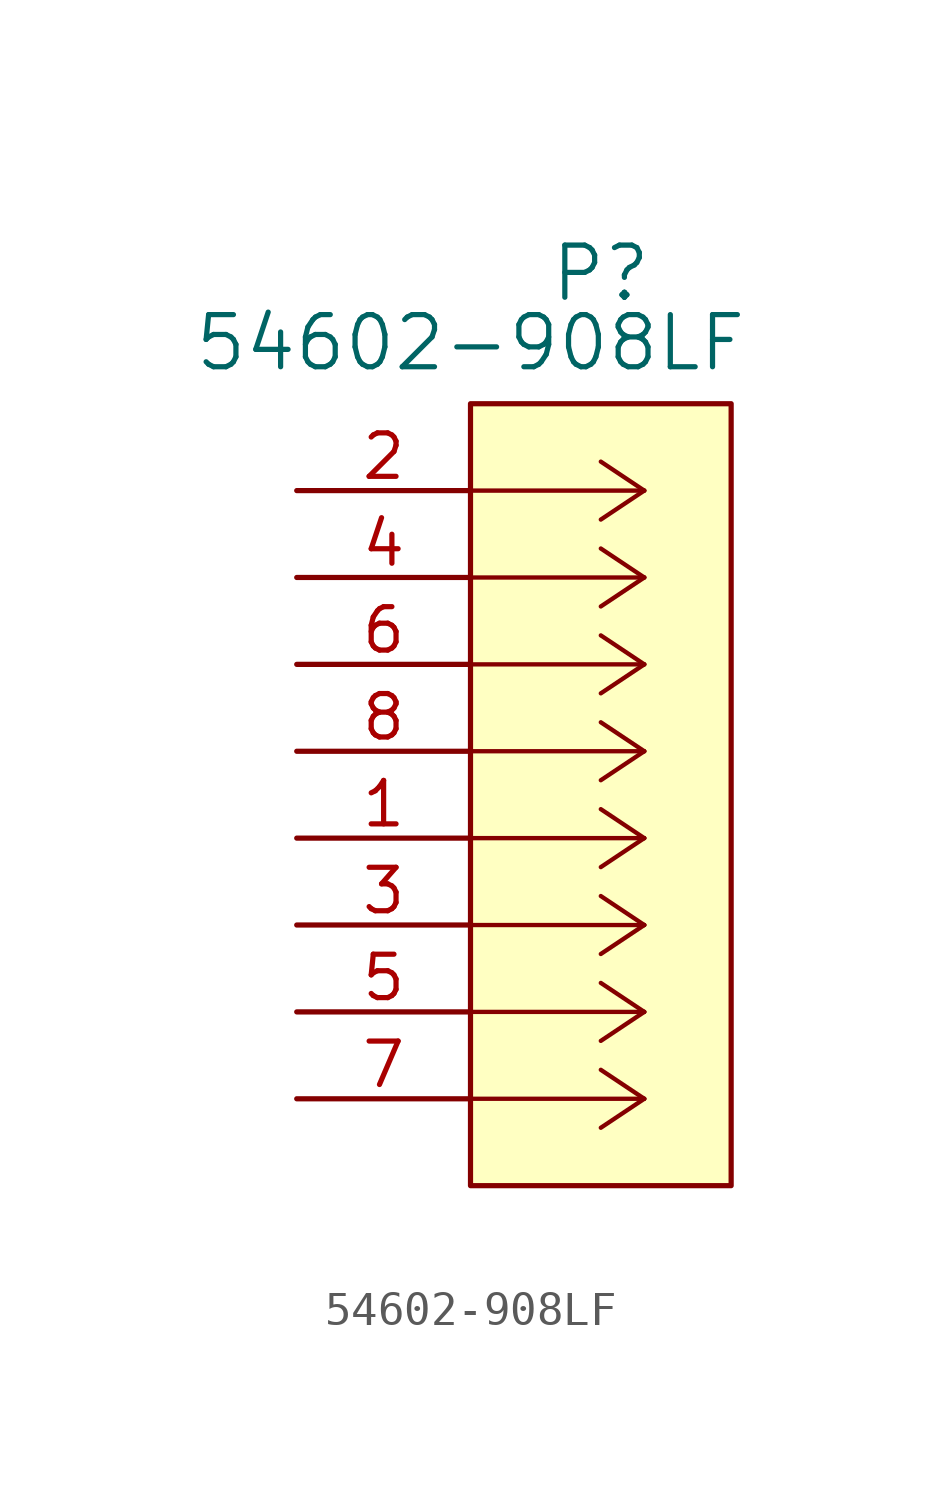
<source format=kicad_sym>
(kicad_symbol_lib
  (version 20220914)
  (generator kicad_symbol_editor)
  (symbol "54602-908LF"
    (pin_names
      (offset 0.254))
    (property "Reference" "P"
      (at 8.89 6.35 0)
      (effects (font (size 1.524 1.524))))
    (property "Value" "54602-908LF"
      (at 5.08 4.318 0)
      (effects (font (size 1.524 1.524))))
    (symbol "54602-908LF_0_1"
      (polyline (pts (xy 10.16 -17.78) (xy 5.08 -17.78)) (stroke (width 0.127) (type default)) (fill (type none)))
      (polyline (pts (xy 10.16 -17.78) (xy 8.89 -18.627)) (stroke (width 0.127) (type default)) (fill (type none)))
      (polyline (pts (xy 10.16 -17.78) (xy 8.89 -16.933)) (stroke (width 0.127) (type default)) (fill (type none)))
      (polyline (pts (xy 10.16 -15.24) (xy 5.08 -15.24)) (stroke (width 0.127) (type default)) (fill (type none)))
      (polyline (pts (xy 10.16 -15.24) (xy 8.89 -16.087)) (stroke (width 0.127) (type default)) (fill (type none)))
      (polyline (pts (xy 10.16 -15.24) (xy 8.89 -14.393)) (stroke (width 0.127) (type default)) (fill (type none)))
      (polyline (pts (xy 10.16 -12.7) (xy 5.08 -12.7)) (stroke (width 0.127) (type default)) (fill (type none)))
      (polyline (pts (xy 10.16 -12.7) (xy 8.89 -13.547)) (stroke (width 0.127) (type default)) (fill (type none)))
      (polyline (pts (xy 10.16 -12.7) (xy 8.89 -11.853)) (stroke (width 0.127) (type default)) (fill (type none)))
      (polyline (pts (xy 10.16 -10.16) (xy 5.08 -10.16)) (stroke (width 0.127) (type default)) (fill (type none)))
      (polyline (pts (xy 10.16 -10.16) (xy 8.89 -11.007)) (stroke (width 0.127) (type default)) (fill (type none)))
      (polyline (pts (xy 10.16 -10.16) (xy 8.89 -9.313)) (stroke (width 0.127) (type default)) (fill (type none)))
      (polyline (pts (xy 10.16 -7.62) (xy 5.08 -7.62)) (stroke (width 0.127) (type default)) (fill (type none)))
      (polyline (pts (xy 10.16 -7.62) (xy 8.89 -8.467)) (stroke (width 0.127) (type default)) (fill (type none)))
      (polyline (pts (xy 10.16 -7.62) (xy 8.89 -6.773)) (stroke (width 0.127) (type default)) (fill (type none)))
      (polyline (pts (xy 10.16 -5.08) (xy 5.08 -5.08)) (stroke (width 0.127) (type default)) (fill (type none)))
      (polyline (pts (xy 10.16 -5.08) (xy 8.89 -5.927)) (stroke (width 0.127) (type default)) (fill (type none)))
      (polyline (pts (xy 10.16 -5.08) (xy 8.89 -4.233)) (stroke (width 0.127) (type default)) (fill (type none)))
      (polyline (pts (xy 10.16 -2.54) (xy 5.08 -2.54)) (stroke (width 0.127) (type default)) (fill (type none)))
      (polyline (pts (xy 10.16 -2.54) (xy 8.89 -3.387)) (stroke (width 0.127) (type default)) (fill (type none)))
      (polyline (pts (xy 10.16 -2.54) (xy 8.89 -1.693)) (stroke (width 0.127) (type default)) (fill (type none)))
      (polyline (pts (xy 10.16 0) (xy 5.08 0)) (stroke (width 0.127) (type default)) (fill (type none)))
      (polyline (pts (xy 10.16 0) (xy 8.89 -0.847)) (stroke (width 0.127) (type default)) (fill (type none)))
      (polyline (pts (xy 10.16 0) (xy 8.89 0.847)) (stroke (width 0.127) (type default)) (fill (type none))))
    (symbol "54602-908LF_1_1"
      (rectangle (start 5.08 2.54) (end 12.7 -20.32) (stroke (width 0) (type default)) (fill (type background)))
      (pin unspecified line (at 0 -10.16 0) (length 5.08) (name "~" (effects (font (size 1.27 1.27)))) (number "1" (effects (font (size 1.27 1.27)))))
      (pin unspecified line (at 0 0 0) (length 5.08) (name "~" (effects (font (size 1.27 1.27)))) (number "2" (effects (font (size 1.27 1.27)))))
      (pin unspecified line (at 0 -12.7 0) (length 5.08) (name "~" (effects (font (size 1.27 1.27)))) (number "3" (effects (font (size 1.27 1.27)))))
      (pin unspecified line (at 0 -2.54 0) (length 5.08) (name "~" (effects (font (size 1.27 1.27)))) (number "4" (effects (font (size 1.27 1.27)))))
      (pin unspecified line (at 0 -15.24 0) (length 5.08) (name "~" (effects (font (size 1.27 1.27)))) (number "5" (effects (font (size 1.27 1.27)))))
      (pin unspecified line (at 0 -5.08 0) (length 5.08) (name "~" (effects (font (size 1.27 1.27)))) (number "6" (effects (font (size 1.27 1.27)))))
      (pin unspecified line (at 0 -17.78 0) (length 5.08) (name "~" (effects (font (size 1.27 1.27)))) (number "7" (effects (font (size 1.27 1.27)))))
      (pin unspecified line (at 0 -7.62 0) (length 5.08) (name "~" (effects (font (size 1.27 1.27)))) (number "8" (effects (font (size 1.27 1.27))))))))
</source>
